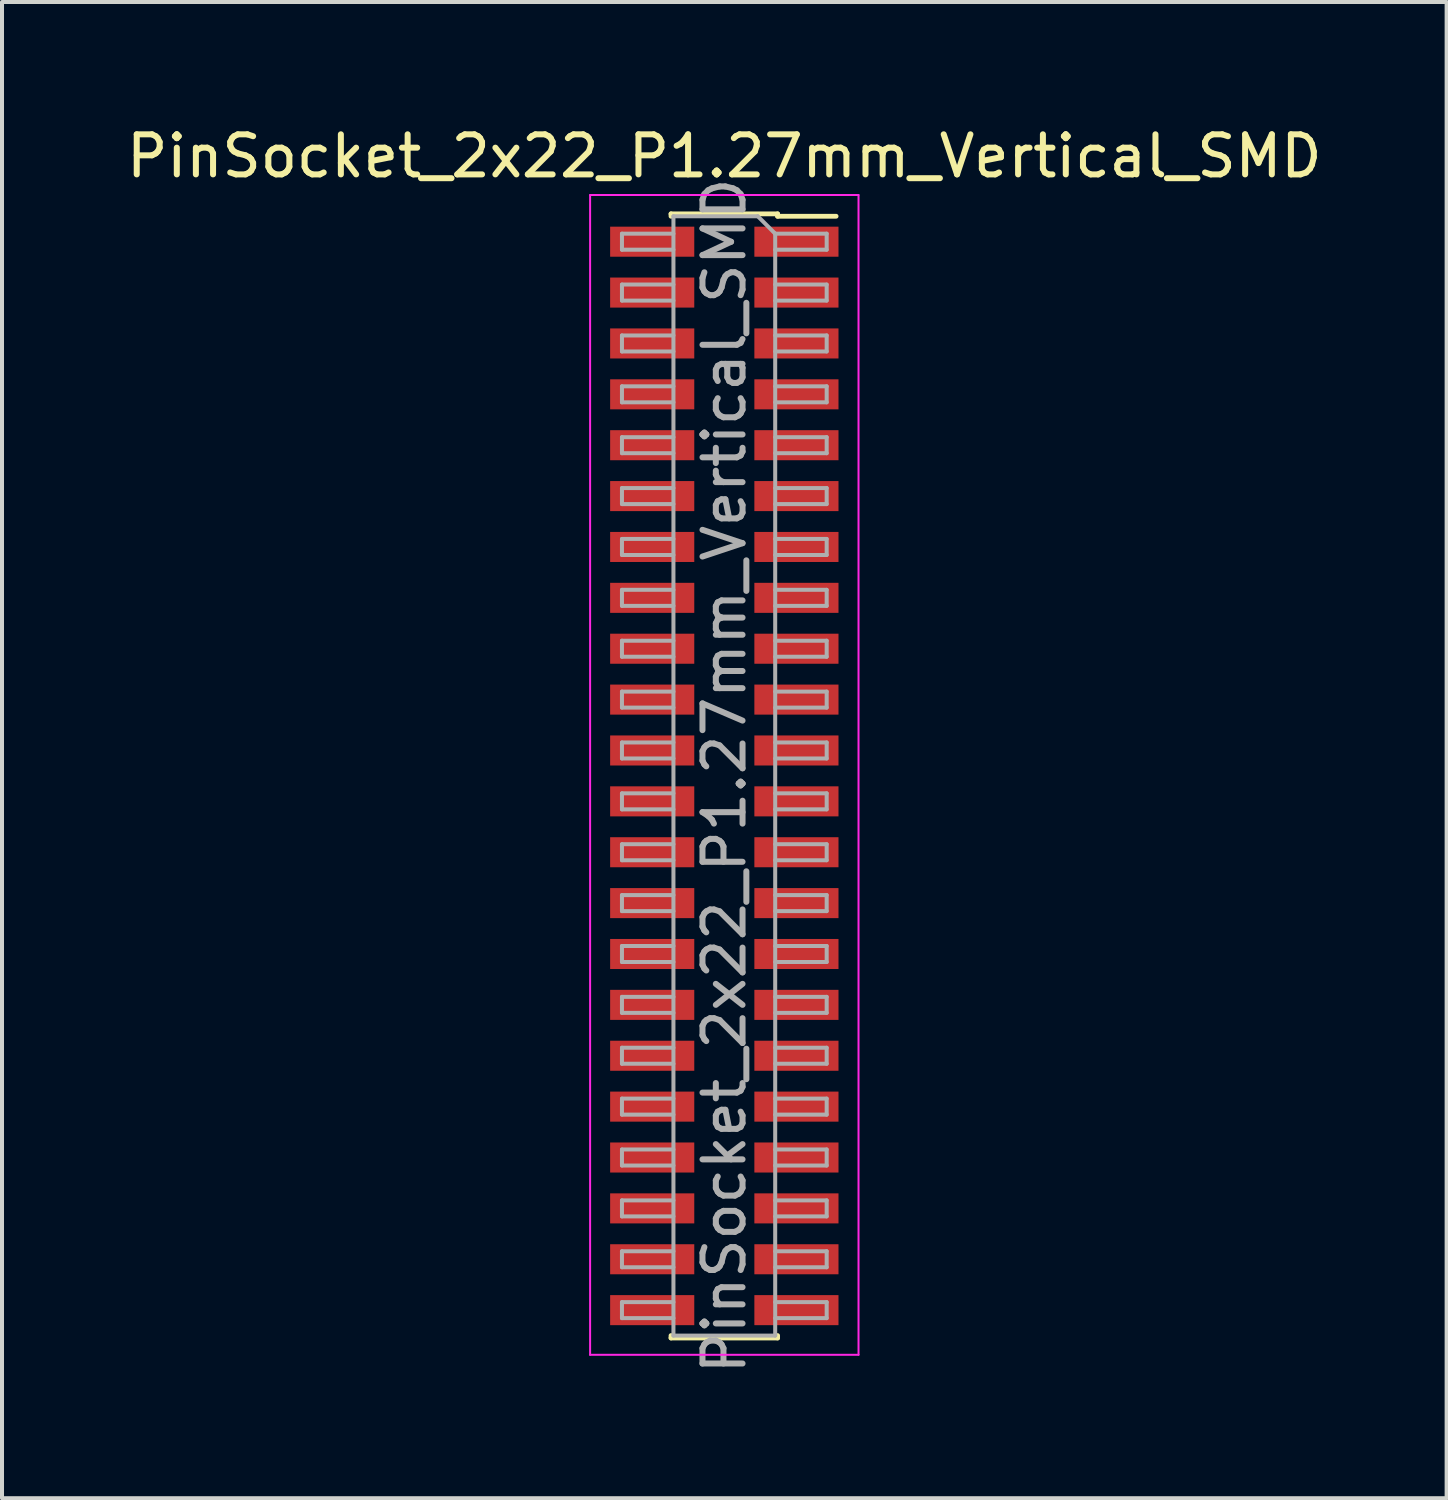
<source format=kicad_pcb>
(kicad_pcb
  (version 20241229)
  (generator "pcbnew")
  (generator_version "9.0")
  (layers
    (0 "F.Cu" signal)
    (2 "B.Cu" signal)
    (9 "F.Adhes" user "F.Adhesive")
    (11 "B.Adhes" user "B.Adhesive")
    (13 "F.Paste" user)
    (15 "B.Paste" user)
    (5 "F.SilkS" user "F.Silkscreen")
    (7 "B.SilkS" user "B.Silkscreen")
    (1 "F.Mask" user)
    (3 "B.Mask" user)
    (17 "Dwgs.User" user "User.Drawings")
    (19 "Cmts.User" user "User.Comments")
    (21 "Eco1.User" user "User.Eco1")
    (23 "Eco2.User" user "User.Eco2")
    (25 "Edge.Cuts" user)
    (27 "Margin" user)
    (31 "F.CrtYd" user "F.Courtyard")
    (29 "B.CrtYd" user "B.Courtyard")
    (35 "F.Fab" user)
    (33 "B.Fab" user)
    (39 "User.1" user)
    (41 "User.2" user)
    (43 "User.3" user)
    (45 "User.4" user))
  (footprint "PinSocket_2x22_P1.27mm_Vertical_SMD"
    (layer "F.Cu")
    (at 15.03 16.318)
    (property "Reference" "PinSocket_2x22_P1.27mm_Vertical_SMD" (at 0 -15.47 0) (layer "F.SilkS") (effects (font (size 1 1) (thickness 0.15))))
    (attr smd)
    (fp_line (start -1.33 -14.03) (end -1.33 -13.97) (stroke (width 0.12) (type solid)) (layer "F.SilkS"))
    (fp_line (start -1.33 -14.03) (end 1.33 -14.03) (stroke (width 0.12) (type solid)) (layer "F.SilkS"))
    (fp_line (start -1.33 13.97) (end -1.33 14.03) (stroke (width 0.12) (type solid)) (layer "F.SilkS"))
    (fp_line (start -1.33 14.03) (end 1.33 14.03) (stroke (width 0.12) (type solid)) (layer "F.SilkS"))
    (fp_line (start 1.33 -14.03) (end 1.33 -13.97) (stroke (width 0.12) (type solid)) (layer "F.SilkS"))
    (fp_line (start 1.33 -13.97) (end 2.79 -13.97) (stroke (width 0.12) (type solid)) (layer "F.SilkS"))
    (fp_line (start 1.33 13.97) (end 1.33 14.03) (stroke (width 0.12) (type solid)) (layer "F.SilkS"))
    (fp_line (start -3.35 -14.5) (end 3.35 -14.5) (stroke (width 0.05) (type solid)) (layer "F.CrtYd"))
    (fp_line (start -3.35 14.45) (end -3.35 -14.5) (stroke (width 0.05) (type solid)) (layer "F.CrtYd"))
    (fp_line (start 3.35 -14.5) (end 3.35 14.45) (stroke (width 0.05) (type solid)) (layer "F.CrtYd"))
    (fp_line (start 3.35 14.45) (end -3.35 14.45) (stroke (width 0.05) (type solid)) (layer "F.CrtYd"))
    (fp_line (start -2.555 -13.535) (end -1.27 -13.535) (stroke (width 0.1) (type solid)) (layer "F.Fab"))
    (fp_line (start -2.555 -13.135) (end -2.555 -13.535) (stroke (width 0.1) (type solid)) (layer "F.Fab"))
    (fp_line (start -2.555 -12.265) (end -1.27 -12.265) (stroke (width 0.1) (type solid)) (layer "F.Fab"))
    (fp_line (start -2.555 -11.865) (end -2.555 -12.265) (stroke (width 0.1) (type solid)) (layer "F.Fab"))
    (fp_line (start -2.555 -10.995) (end -1.27 -10.995) (stroke (width 0.1) (type solid)) (layer "F.Fab"))
    (fp_line (start -2.555 -10.595) (end -2.555 -10.995) (stroke (width 0.1) (type solid)) (layer "F.Fab"))
    (fp_line (start -2.555 -9.725) (end -1.27 -9.725) (stroke (width 0.1) (type solid)) (layer "F.Fab"))
    (fp_line (start -2.555 -9.325) (end -2.555 -9.725) (stroke (width 0.1) (type solid)) (layer "F.Fab"))
    (fp_line (start -2.555 -8.455) (end -1.27 -8.455) (stroke (width 0.1) (type solid)) (layer "F.Fab"))
    (fp_line (start -2.555 -8.055) (end -2.555 -8.455) (stroke (width 0.1) (type solid)) (layer "F.Fab"))
    (fp_line (start -2.555 -7.185) (end -1.27 -7.185) (stroke (width 0.1) (type solid)) (layer "F.Fab"))
    (fp_line (start -2.555 -6.785) (end -2.555 -7.185) (stroke (width 0.1) (type solid)) (layer "F.Fab"))
    (fp_line (start -2.555 -5.915) (end -1.27 -5.915) (stroke (width 0.1) (type solid)) (layer "F.Fab"))
    (fp_line (start -2.555 -5.515) (end -2.555 -5.915) (stroke (width 0.1) (type solid)) (layer "F.Fab"))
    (fp_line (start -2.555 -4.645) (end -1.27 -4.645) (stroke (width 0.1) (type solid)) (layer "F.Fab"))
    (fp_line (start -2.555 -4.245) (end -2.555 -4.645) (stroke (width 0.1) (type solid)) (layer "F.Fab"))
    (fp_line (start -2.555 -3.375) (end -1.27 -3.375) (stroke (width 0.1) (type solid)) (layer "F.Fab"))
    (fp_line (start -2.555 -2.975) (end -2.555 -3.375) (stroke (width 0.1) (type solid)) (layer "F.Fab"))
    (fp_line (start -2.555 -2.105) (end -1.27 -2.105) (stroke (width 0.1) (type solid)) (layer "F.Fab"))
    (fp_line (start -2.555 -1.705) (end -2.555 -2.105) (stroke (width 0.1) (type solid)) (layer "F.Fab"))
    (fp_line (start -2.555 -0.835) (end -1.27 -0.835) (stroke (width 0.1) (type solid)) (layer "F.Fab"))
    (fp_line (start -2.555 -0.435) (end -2.555 -0.835) (stroke (width 0.1) (type solid)) (layer "F.Fab"))
    (fp_line (start -2.555 0.435) (end -1.27 0.435) (stroke (width 0.1) (type solid)) (layer "F.Fab"))
    (fp_line (start -2.555 0.835) (end -2.555 0.435) (stroke (width 0.1) (type solid)) (layer "F.Fab"))
    (fp_line (start -2.555 1.705) (end -1.27 1.705) (stroke (width 0.1) (type solid)) (layer "F.Fab"))
    (fp_line (start -2.555 2.105) (end -2.555 1.705) (stroke (width 0.1) (type solid)) (layer "F.Fab"))
    (fp_line (start -2.555 2.975) (end -1.27 2.975) (stroke (width 0.1) (type solid)) (layer "F.Fab"))
    (fp_line (start -2.555 3.375) (end -2.555 2.975) (stroke (width 0.1) (type solid)) (layer "F.Fab"))
    (fp_line (start -2.555 4.245) (end -1.27 4.245) (stroke (width 0.1) (type solid)) (layer "F.Fab"))
    (fp_line (start -2.555 4.645) (end -2.555 4.245) (stroke (width 0.1) (type solid)) (layer "F.Fab"))
    (fp_line (start -2.555 5.515) (end -1.27 5.515) (stroke (width 0.1) (type solid)) (layer "F.Fab"))
    (fp_line (start -2.555 5.915) (end -2.555 5.515) (stroke (width 0.1) (type solid)) (layer "F.Fab"))
    (fp_line (start -2.555 6.785) (end -1.27 6.785) (stroke (width 0.1) (type solid)) (layer "F.Fab"))
    (fp_line (start -2.555 7.185) (end -2.555 6.785) (stroke (width 0.1) (type solid)) (layer "F.Fab"))
    (fp_line (start -2.555 8.055) (end -1.27 8.055) (stroke (width 0.1) (type solid)) (layer "F.Fab"))
    (fp_line (start -2.555 8.455) (end -2.555 8.055) (stroke (width 0.1) (type solid)) (layer "F.Fab"))
    (fp_line (start -2.555 9.325) (end -1.27 9.325) (stroke (width 0.1) (type solid)) (layer "F.Fab"))
    (fp_line (start -2.555 9.725) (end -2.555 9.325) (stroke (width 0.1) (type solid)) (layer "F.Fab"))
    (fp_line (start -2.555 10.595) (end -1.27 10.595) (stroke (width 0.1) (type solid)) (layer "F.Fab"))
    (fp_line (start -2.555 10.995) (end -2.555 10.595) (stroke (width 0.1) (type solid)) (layer "F.Fab"))
    (fp_line (start -2.555 11.865) (end -1.27 11.865) (stroke (width 0.1) (type solid)) (layer "F.Fab"))
    (fp_line (start -2.555 12.265) (end -2.555 11.865) (stroke (width 0.1) (type solid)) (layer "F.Fab"))
    (fp_line (start -2.555 13.135) (end -1.27 13.135) (stroke (width 0.1) (type solid)) (layer "F.Fab"))
    (fp_line (start -2.555 13.535) (end -2.555 13.135) (stroke (width 0.1) (type solid)) (layer "F.Fab"))
    (fp_line (start -1.27 -13.97) (end 0.835 -13.97) (stroke (width 0.1) (type solid)) (layer "F.Fab"))
    (fp_line (start -1.27 -13.135) (end -2.555 -13.135) (stroke (width 0.1) (type solid)) (layer "F.Fab"))
    (fp_line (start -1.27 -11.865) (end -2.555 -11.865) (stroke (width 0.1) (type solid)) (layer "F.Fab"))
    (fp_line (start -1.27 -10.595) (end -2.555 -10.595) (stroke (width 0.1) (type solid)) (layer "F.Fab"))
    (fp_line (start -1.27 -9.325) (end -2.555 -9.325) (stroke (width 0.1) (type solid)) (layer "F.Fab"))
    (fp_line (start -1.27 -8.055) (end -2.555 -8.055) (stroke (width 0.1) (type solid)) (layer "F.Fab"))
    (fp_line (start -1.27 -6.785) (end -2.555 -6.785) (stroke (width 0.1) (type solid)) (layer "F.Fab"))
    (fp_line (start -1.27 -5.515) (end -2.555 -5.515) (stroke (width 0.1) (type solid)) (layer "F.Fab"))
    (fp_line (start -1.27 -4.245) (end -2.555 -4.245) (stroke (width 0.1) (type solid)) (layer "F.Fab"))
    (fp_line (start -1.27 -2.975) (end -2.555 -2.975) (stroke (width 0.1) (type solid)) (layer "F.Fab"))
    (fp_line (start -1.27 -1.705) (end -2.555 -1.705) (stroke (width 0.1) (type solid)) (layer "F.Fab"))
    (fp_line (start -1.27 -0.435) (end -2.555 -0.435) (stroke (width 0.1) (type solid)) (layer "F.Fab"))
    (fp_line (start -1.27 0.835) (end -2.555 0.835) (stroke (width 0.1) (type solid)) (layer "F.Fab"))
    (fp_line (start -1.27 2.105) (end -2.555 2.105) (stroke (width 0.1) (type solid)) (layer "F.Fab"))
    (fp_line (start -1.27 3.375) (end -2.555 3.375) (stroke (width 0.1) (type solid)) (layer "F.Fab"))
    (fp_line (start -1.27 4.645) (end -2.555 4.645) (stroke (width 0.1) (type solid)) (layer "F.Fab"))
    (fp_line (start -1.27 5.915) (end -2.555 5.915) (stroke (width 0.1) (type solid)) (layer "F.Fab"))
    (fp_line (start -1.27 7.185) (end -2.555 7.185) (stroke (width 0.1) (type solid)) (layer "F.Fab"))
    (fp_line (start -1.27 8.455) (end -2.555 8.455) (stroke (width 0.1) (type solid)) (layer "F.Fab"))
    (fp_line (start -1.27 9.725) (end -2.555 9.725) (stroke (width 0.1) (type solid)) (layer "F.Fab"))
    (fp_line (start -1.27 10.995) (end -2.555 10.995) (stroke (width 0.1) (type solid)) (layer "F.Fab"))
    (fp_line (start -1.27 12.265) (end -2.555 12.265) (stroke (width 0.1) (type solid)) (layer "F.Fab"))
    (fp_line (start -1.27 13.535) (end -2.555 13.535) (stroke (width 0.1) (type solid)) (layer "F.Fab"))
    (fp_line (start -1.27 13.97) (end -1.27 -13.97) (stroke (width 0.1) (type solid)) (layer "F.Fab"))
    (fp_line (start 0.835 -13.97) (end 1.27 -13.535) (stroke (width 0.1) (type solid)) (layer "F.Fab"))
    (fp_line (start 1.27 -13.535) (end 1.27 13.97) (stroke (width 0.1) (type solid)) (layer "F.Fab"))
    (fp_line (start 1.27 -13.535) (end 2.555 -13.535) (stroke (width 0.1) (type solid)) (layer "F.Fab"))
    (fp_line (start 1.27 -12.265) (end 2.555 -12.265) (stroke (width 0.1) (type solid)) (layer "F.Fab"))
    (fp_line (start 1.27 -10.995) (end 2.555 -10.995) (stroke (width 0.1) (type solid)) (layer "F.Fab"))
    (fp_line (start 1.27 -9.725) (end 2.555 -9.725) (stroke (width 0.1) (type solid)) (layer "F.Fab"))
    (fp_line (start 1.27 -8.455) (end 2.555 -8.455) (stroke (width 0.1) (type solid)) (layer "F.Fab"))
    (fp_line (start 1.27 -7.185) (end 2.555 -7.185) (stroke (width 0.1) (type solid)) (layer "F.Fab"))
    (fp_line (start 1.27 -5.915) (end 2.555 -5.915) (stroke (width 0.1) (type solid)) (layer "F.Fab"))
    (fp_line (start 1.27 -4.645) (end 2.555 -4.645) (stroke (width 0.1) (type solid)) (layer "F.Fab"))
    (fp_line (start 1.27 -3.375) (end 2.555 -3.375) (stroke (width 0.1) (type solid)) (layer "F.Fab"))
    (fp_line (start 1.27 -2.105) (end 2.555 -2.105) (stroke (width 0.1) (type solid)) (layer "F.Fab"))
    (fp_line (start 1.27 -0.835) (end 2.555 -0.835) (stroke (width 0.1) (type solid)) (layer "F.Fab"))
    (fp_line (start 1.27 0.435) (end 2.555 0.435) (stroke (width 0.1) (type solid)) (layer "F.Fab"))
    (fp_line (start 1.27 1.705) (end 2.555 1.705) (stroke (width 0.1) (type solid)) (layer "F.Fab"))
    (fp_line (start 1.27 2.975) (end 2.555 2.975) (stroke (width 0.1) (type solid)) (layer "F.Fab"))
    (fp_line (start 1.27 4.245) (end 2.555 4.245) (stroke (width 0.1) (type solid)) (layer "F.Fab"))
    (fp_line (start 1.27 5.515) (end 2.555 5.515) (stroke (width 0.1) (type solid)) (layer "F.Fab"))
    (fp_line (start 1.27 6.785) (end 2.555 6.785) (stroke (width 0.1) (type solid)) (layer "F.Fab"))
    (fp_line (start 1.27 8.055) (end 2.555 8.055) (stroke (width 0.1) (type solid)) (layer "F.Fab"))
    (fp_line (start 1.27 9.325) (end 2.555 9.325) (stroke (width 0.1) (type solid)) (layer "F.Fab"))
    (fp_line (start 1.27 10.595) (end 2.555 10.595) (stroke (width 0.1) (type solid)) (layer "F.Fab"))
    (fp_line (start 1.27 11.865) (end 2.555 11.865) (stroke (width 0.1) (type solid)) (layer "F.Fab"))
    (fp_line (start 1.27 13.135) (end 2.555 13.135) (stroke (width 0.1) (type solid)) (layer "F.Fab"))
    (fp_line (start 1.27 13.97) (end -1.27 13.97) (stroke (width 0.1) (type solid)) (layer "F.Fab"))
    (fp_line (start 2.555 -13.535) (end 2.555 -13.135) (stroke (width 0.1) (type solid)) (layer "F.Fab"))
    (fp_line (start 2.555 -13.135) (end 1.27 -13.135) (stroke (width 0.1) (type solid)) (layer "F.Fab"))
    (fp_line (start 2.555 -12.265) (end 2.555 -11.865) (stroke (width 0.1) (type solid)) (layer "F.Fab"))
    (fp_line (start 2.555 -11.865) (end 1.27 -11.865) (stroke (width 0.1) (type solid)) (layer "F.Fab"))
    (fp_line (start 2.555 -10.995) (end 2.555 -10.595) (stroke (width 0.1) (type solid)) (layer "F.Fab"))
    (fp_line (start 2.555 -10.595) (end 1.27 -10.595) (stroke (width 0.1) (type solid)) (layer "F.Fab"))
    (fp_line (start 2.555 -9.725) (end 2.555 -9.325) (stroke (width 0.1) (type solid)) (layer "F.Fab"))
    (fp_line (start 2.555 -9.325) (end 1.27 -9.325) (stroke (width 0.1) (type solid)) (layer "F.Fab"))
    (fp_line (start 2.555 -8.455) (end 2.555 -8.055) (stroke (width 0.1) (type solid)) (layer "F.Fab"))
    (fp_line (start 2.555 -8.055) (end 1.27 -8.055) (stroke (width 0.1) (type solid)) (layer "F.Fab"))
    (fp_line (start 2.555 -7.185) (end 2.555 -6.785) (stroke (width 0.1) (type solid)) (layer "F.Fab"))
    (fp_line (start 2.555 -6.785) (end 1.27 -6.785) (stroke (width 0.1) (type solid)) (layer "F.Fab"))
    (fp_line (start 2.555 -5.915) (end 2.555 -5.515) (stroke (width 0.1) (type solid)) (layer "F.Fab"))
    (fp_line (start 2.555 -5.515) (end 1.27 -5.515) (stroke (width 0.1) (type solid)) (layer "F.Fab"))
    (fp_line (start 2.555 -4.645) (end 2.555 -4.245) (stroke (width 0.1) (type solid)) (layer "F.Fab"))
    (fp_line (start 2.555 -4.245) (end 1.27 -4.245) (stroke (width 0.1) (type solid)) (layer "F.Fab"))
    (fp_line (start 2.555 -3.375) (end 2.555 -2.975) (stroke (width 0.1) (type solid)) (layer "F.Fab"))
    (fp_line (start 2.555 -2.975) (end 1.27 -2.975) (stroke (width 0.1) (type solid)) (layer "F.Fab"))
    (fp_line (start 2.555 -2.105) (end 2.555 -1.705) (stroke (width 0.1) (type solid)) (layer "F.Fab"))
    (fp_line (start 2.555 -1.705) (end 1.27 -1.705) (stroke (width 0.1) (type solid)) (layer "F.Fab"))
    (fp_line (start 2.555 -0.835) (end 2.555 -0.435) (stroke (width 0.1) (type solid)) (layer "F.Fab"))
    (fp_line (start 2.555 -0.435) (end 1.27 -0.435) (stroke (width 0.1) (type solid)) (layer "F.Fab"))
    (fp_line (start 2.555 0.435) (end 2.555 0.835) (stroke (width 0.1) (type solid)) (layer "F.Fab"))
    (fp_line (start 2.555 0.835) (end 1.27 0.835) (stroke (width 0.1) (type solid)) (layer "F.Fab"))
    (fp_line (start 2.555 1.705) (end 2.555 2.105) (stroke (width 0.1) (type solid)) (layer "F.Fab"))
    (fp_line (start 2.555 2.105) (end 1.27 2.105) (stroke (width 0.1) (type solid)) (layer "F.Fab"))
    (fp_line (start 2.555 2.975) (end 2.555 3.375) (stroke (width 0.1) (type solid)) (layer "F.Fab"))
    (fp_line (start 2.555 3.375) (end 1.27 3.375) (stroke (width 0.1) (type solid)) (layer "F.Fab"))
    (fp_line (start 2.555 4.245) (end 2.555 4.645) (stroke (width 0.1) (type solid)) (layer "F.Fab"))
    (fp_line (start 2.555 4.645) (end 1.27 4.645) (stroke (width 0.1) (type solid)) (layer "F.Fab"))
    (fp_line (start 2.555 5.515) (end 2.555 5.915) (stroke (width 0.1) (type solid)) (layer "F.Fab"))
    (fp_line (start 2.555 5.915) (end 1.27 5.915) (stroke (width 0.1) (type solid)) (layer "F.Fab"))
    (fp_line (start 2.555 6.785) (end 2.555 7.185) (stroke (width 0.1) (type solid)) (layer "F.Fab"))
    (fp_line (start 2.555 7.185) (end 1.27 7.185) (stroke (width 0.1) (type solid)) (layer "F.Fab"))
    (fp_line (start 2.555 8.055) (end 2.555 8.455) (stroke (width 0.1) (type solid)) (layer "F.Fab"))
    (fp_line (start 2.555 8.455) (end 1.27 8.455) (stroke (width 0.1) (type solid)) (layer "F.Fab"))
    (fp_line (start 2.555 9.325) (end 2.555 9.725) (stroke (width 0.1) (type solid)) (layer "F.Fab"))
    (fp_line (start 2.555 9.725) (end 1.27 9.725) (stroke (width 0.1) (type solid)) (layer "F.Fab"))
    (fp_line (start 2.555 10.595) (end 2.555 10.995) (stroke (width 0.1) (type solid)) (layer "F.Fab"))
    (fp_line (start 2.555 10.995) (end 1.27 10.995) (stroke (width 0.1) (type solid)) (layer "F.Fab"))
    (fp_line (start 2.555 11.865) (end 2.555 12.265) (stroke (width 0.1) (type solid)) (layer "F.Fab"))
    (fp_line (start 2.555 12.265) (end 1.27 12.265) (stroke (width 0.1) (type solid)) (layer "F.Fab"))
    (fp_line (start 2.555 13.135) (end 2.555 13.535) (stroke (width 0.1) (type solid)) (layer "F.Fab"))
    (fp_line (start 2.555 13.535) (end 1.27 13.535) (stroke (width 0.1) (type solid)) (layer "F.Fab"))
    (fp_text user "${REFERENCE}" (at 0 0 90) (layer "F.Fab") (effects (font (size 1 1) (thickness 0.15))))
    (pad "1" smd rect (at 1.8 -13.335) (size 2.1 0.75) (layers "F.Cu" "F.Mask" "F.Paste"))
    (pad "2" smd rect (at -1.8 -13.335) (size 2.1 0.75) (layers "F.Cu" "F.Mask" "F.Paste"))
    (pad "3" smd rect (at 1.8 -12.065) (size 2.1 0.75) (layers "F.Cu" "F.Mask" "F.Paste"))
    (pad "4" smd rect (at -1.8 -12.065) (size 2.1 0.75) (layers "F.Cu" "F.Mask" "F.Paste"))
    (pad "5" smd rect (at 1.8 -10.795) (size 2.1 0.75) (layers "F.Cu" "F.Mask" "F.Paste"))
    (pad "6" smd rect (at -1.8 -10.795) (size 2.1 0.75) (layers "F.Cu" "F.Mask" "F.Paste"))
    (pad "7" smd rect (at 1.8 -9.525) (size 2.1 0.75) (layers "F.Cu" "F.Mask" "F.Paste"))
    (pad "8" smd rect (at -1.8 -9.525) (size 2.1 0.75) (layers "F.Cu" "F.Mask" "F.Paste"))
    (pad "9" smd rect (at 1.8 -8.255) (size 2.1 0.75) (layers "F.Cu" "F.Mask" "F.Paste"))
    (pad "10" smd rect (at -1.8 -8.255) (size 2.1 0.75) (layers "F.Cu" "F.Mask" "F.Paste"))
    (pad "11" smd rect (at 1.8 -6.985) (size 2.1 0.75) (layers "F.Cu" "F.Mask" "F.Paste"))
    (pad "12" smd rect (at -1.8 -6.985) (size 2.1 0.75) (layers "F.Cu" "F.Mask" "F.Paste"))
    (pad "13" smd rect (at 1.8 -5.715) (size 2.1 0.75) (layers "F.Cu" "F.Mask" "F.Paste"))
    (pad "14" smd rect (at -1.8 -5.715) (size 2.1 0.75) (layers "F.Cu" "F.Mask" "F.Paste"))
    (pad "15" smd rect (at 1.8 -4.445) (size 2.1 0.75) (layers "F.Cu" "F.Mask" "F.Paste"))
    (pad "16" smd rect (at -1.8 -4.445) (size 2.1 0.75) (layers "F.Cu" "F.Mask" "F.Paste"))
    (pad "17" smd rect (at 1.8 -3.175) (size 2.1 0.75) (layers "F.Cu" "F.Mask" "F.Paste"))
    (pad "18" smd rect (at -1.8 -3.175) (size 2.1 0.75) (layers "F.Cu" "F.Mask" "F.Paste"))
    (pad "19" smd rect (at 1.8 -1.905) (size 2.1 0.75) (layers "F.Cu" "F.Mask" "F.Paste"))
    (pad "20" smd rect (at -1.8 -1.905) (size 2.1 0.75) (layers "F.Cu" "F.Mask" "F.Paste"))
    (pad "21" smd rect (at 1.8 -0.635) (size 2.1 0.75) (layers "F.Cu" "F.Mask" "F.Paste"))
    (pad "22" smd rect (at -1.8 -0.635) (size 2.1 0.75) (layers "F.Cu" "F.Mask" "F.Paste"))
    (pad "23" smd rect (at 1.8 0.635) (size 2.1 0.75) (layers "F.Cu" "F.Mask" "F.Paste"))
    (pad "24" smd rect (at -1.8 0.635) (size 2.1 0.75) (layers "F.Cu" "F.Mask" "F.Paste"))
    (pad "25" smd rect (at 1.8 1.905) (size 2.1 0.75) (layers "F.Cu" "F.Mask" "F.Paste"))
    (pad "26" smd rect (at -1.8 1.905) (size 2.1 0.75) (layers "F.Cu" "F.Mask" "F.Paste"))
    (pad "27" smd rect (at 1.8 3.175) (size 2.1 0.75) (layers "F.Cu" "F.Mask" "F.Paste"))
    (pad "28" smd rect (at -1.8 3.175) (size 2.1 0.75) (layers "F.Cu" "F.Mask" "F.Paste"))
    (pad "29" smd rect (at 1.8 4.445) (size 2.1 0.75) (layers "F.Cu" "F.Mask" "F.Paste"))
    (pad "30" smd rect (at -1.8 4.445) (size 2.1 0.75) (layers "F.Cu" "F.Mask" "F.Paste"))
    (pad "31" smd rect (at 1.8 5.715) (size 2.1 0.75) (layers "F.Cu" "F.Mask" "F.Paste"))
    (pad "32" smd rect (at -1.8 5.715) (size 2.1 0.75) (layers "F.Cu" "F.Mask" "F.Paste"))
    (pad "33" smd rect (at 1.8 6.985) (size 2.1 0.75) (layers "F.Cu" "F.Mask" "F.Paste"))
    (pad "34" smd rect (at -1.8 6.985) (size 2.1 0.75) (layers "F.Cu" "F.Mask" "F.Paste"))
    (pad "35" smd rect (at 1.8 8.255) (size 2.1 0.75) (layers "F.Cu" "F.Mask" "F.Paste"))
    (pad "36" smd rect (at -1.8 8.255) (size 2.1 0.75) (layers "F.Cu" "F.Mask" "F.Paste"))
    (pad "37" smd rect (at 1.8 9.525) (size 2.1 0.75) (layers "F.Cu" "F.Mask" "F.Paste"))
    (pad "38" smd rect (at -1.8 9.525) (size 2.1 0.75) (layers "F.Cu" "F.Mask" "F.Paste"))
    (pad "39" smd rect (at 1.8 10.795) (size 2.1 0.75) (layers "F.Cu" "F.Mask" "F.Paste"))
    (pad "40" smd rect (at -1.8 10.795) (size 2.1 0.75) (layers "F.Cu" "F.Mask" "F.Paste"))
    (pad "41" smd rect (at 1.8 12.065) (size 2.1 0.75) (layers "F.Cu" "F.Mask" "F.Paste"))
    (pad "42" smd rect (at -1.8 12.065) (size 2.1 0.75) (layers "F.Cu" "F.Mask" "F.Paste"))
    (pad "43" smd rect (at 1.8 13.335) (size 2.1 0.75) (layers "F.Cu" "F.Mask" "F.Paste"))
    (pad "44" smd rect (at -1.8 13.335) (size 2.1 0.75) (layers "F.Cu" "F.Mask" "F.Paste")))
  (gr_rect
    (start -3 -3)
    (end 33.06 34.348)
    (stroke (width 0.1) (type default))
    (fill no)
    (layer "Edge.Cuts")))
</source>
